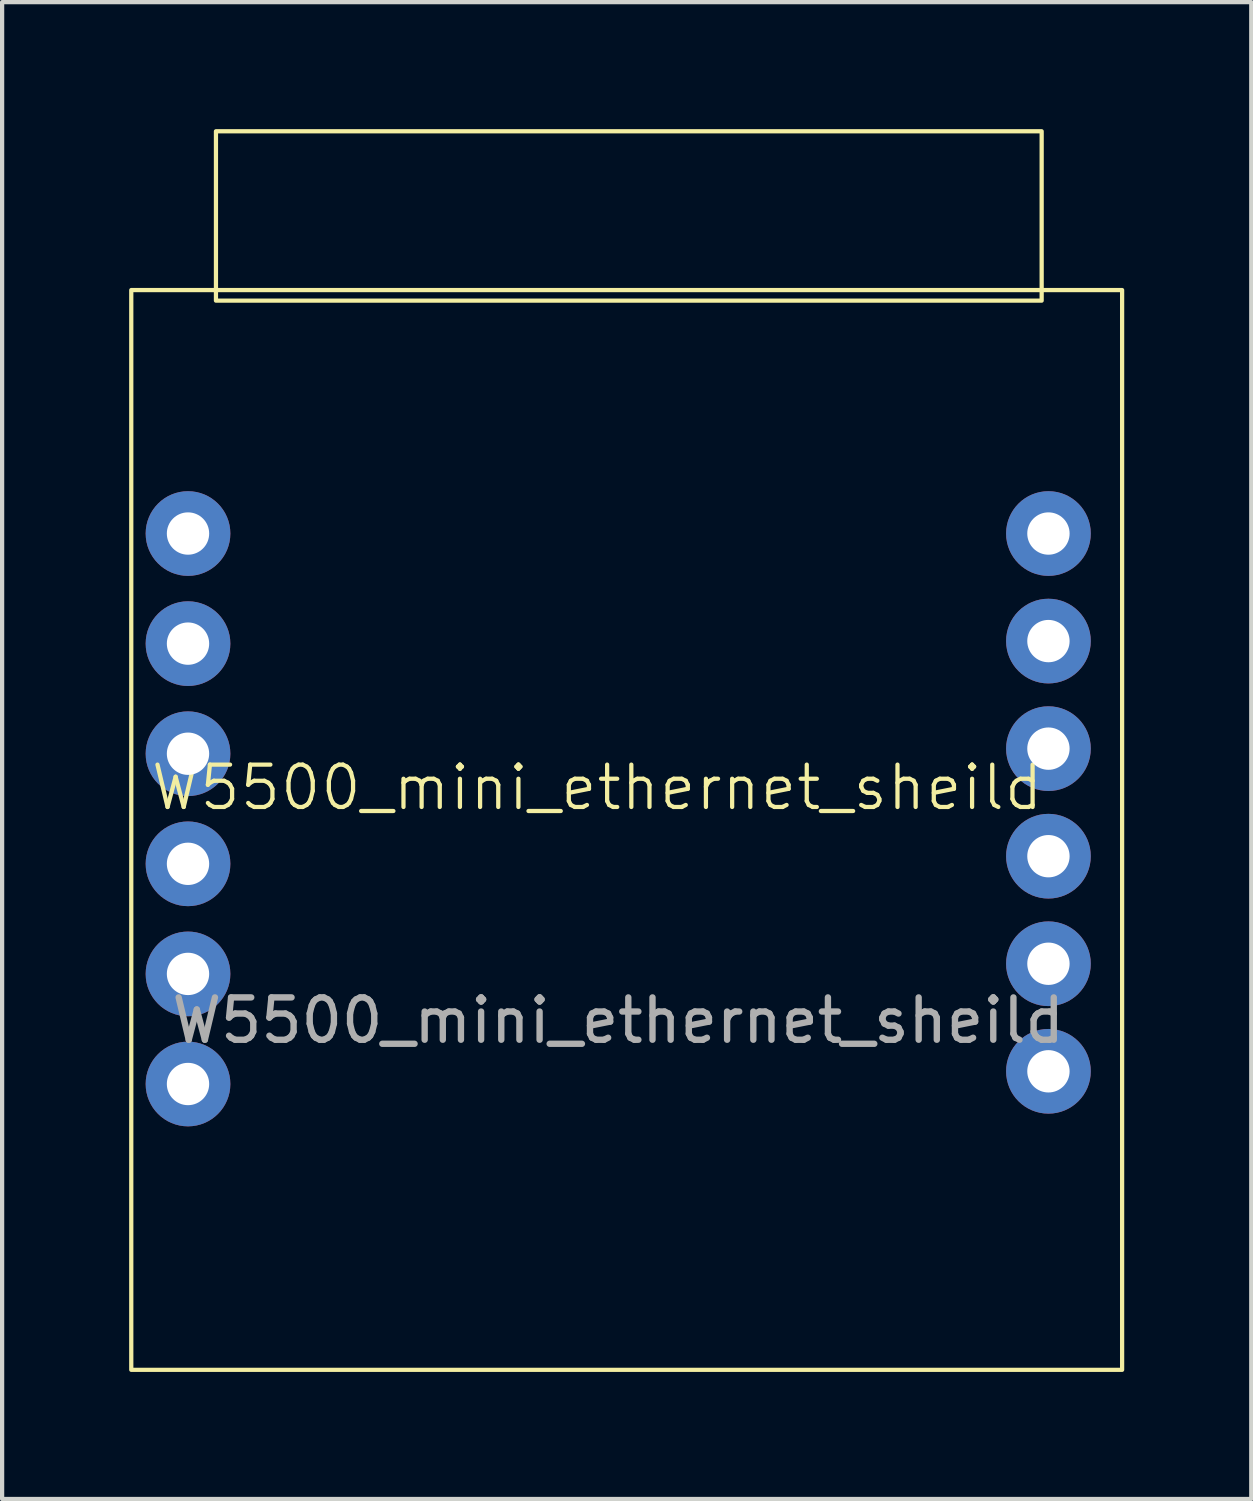
<source format=kicad_pcb>
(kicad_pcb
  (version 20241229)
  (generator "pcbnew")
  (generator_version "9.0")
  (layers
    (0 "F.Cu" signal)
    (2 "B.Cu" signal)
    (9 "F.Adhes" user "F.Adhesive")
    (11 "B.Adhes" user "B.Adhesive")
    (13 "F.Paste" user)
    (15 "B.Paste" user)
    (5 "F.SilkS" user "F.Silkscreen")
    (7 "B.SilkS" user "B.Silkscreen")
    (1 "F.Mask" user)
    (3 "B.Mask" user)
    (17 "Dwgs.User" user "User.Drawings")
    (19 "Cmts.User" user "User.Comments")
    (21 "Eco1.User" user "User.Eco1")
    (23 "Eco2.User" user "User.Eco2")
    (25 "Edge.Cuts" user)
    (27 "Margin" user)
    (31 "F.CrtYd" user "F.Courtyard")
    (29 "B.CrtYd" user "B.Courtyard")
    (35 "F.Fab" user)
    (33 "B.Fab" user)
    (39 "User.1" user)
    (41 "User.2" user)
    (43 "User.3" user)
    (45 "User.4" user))
  (footprint "W5500_mini_ethernet_sheild"
    (layer "F.Cu")
    (at 11.55 15.55)
    (property "Reference" "W5500_mini_ethernet_sheild" (at -0.5 0 0) (unlocked yes) (layer "F.SilkS") (effects (font (size 1 1) (thickness 0.1))))
    (attr through_hole)
    (fp_rect (start -11.5 -11.75) (end 11.9 13.75) (stroke (width 0.1) (type default)) (fill no) (layer "F.SilkS"))
    (fp_rect (start -9.5 -15.5) (end 10 -11.5) (stroke (width 0.1) (type default)) (fill no) (layer "F.SilkS"))
    (fp_text user "${REFERENCE}" (at 0 5.5 0) (unlocked yes) (layer "F.Fab") (effects (font (size 1 1) (thickness 0.15))))
    (pad "1" thru_hole circle (at -10.16 -6) (size 2 2) (drill 1) (layers "*.Cu" "*.Mask"))
    (pad "2" thru_hole circle (at -10.16 -3.4) (size 2 2) (drill 1) (layers "*.Cu" "*.Mask"))
    (pad "3" thru_hole circle (at -10.16 -0.8) (size 2 2) (drill 1) (layers "*.Cu" "*.Mask"))
    (pad "4" thru_hole circle (at -10.16 1.8) (size 2 2) (drill 1) (layers "*.Cu" "*.Mask"))
    (pad "5" thru_hole circle (at -10.16 4.4) (size 2 2) (drill 1) (layers "*.Cu" "*.Mask"))
    (pad "6" thru_hole circle (at -10.16 7) (size 2 2) (drill 1) (layers "*.Cu" "*.Mask"))
    (pad "7" thru_hole circle (at 10.16 -6) (size 2 2) (drill 1) (layers "*.Cu" "*.Mask"))
    (pad "8" thru_hole circle (at 10.16 -3.46) (size 2 2) (drill 1) (layers "*.Cu" "*.Mask"))
    (pad "9" thru_hole circle (at 10.16 -0.92) (size 2 2) (drill 1) (layers "*.Cu" "*.Mask"))
    (pad "10" thru_hole circle (at 10.16 1.62) (size 2 2) (drill 1) (layers "*.Cu" "*.Mask"))
    (pad "11" thru_hole circle (at 10.16 4.16) (size 2 2) (drill 1) (layers "*.Cu" "*.Mask"))
    (pad "12" thru_hole circle (at 10.16 6.7) (size 2 2) (drill 1) (layers "*.Cu" "*.Mask")))
  (gr_rect
    (start -3 -3)
    (end 26.5 32.35)
    (stroke (width 0.1) (type default))
    (fill no)
    (layer "Edge.Cuts")))
</source>
